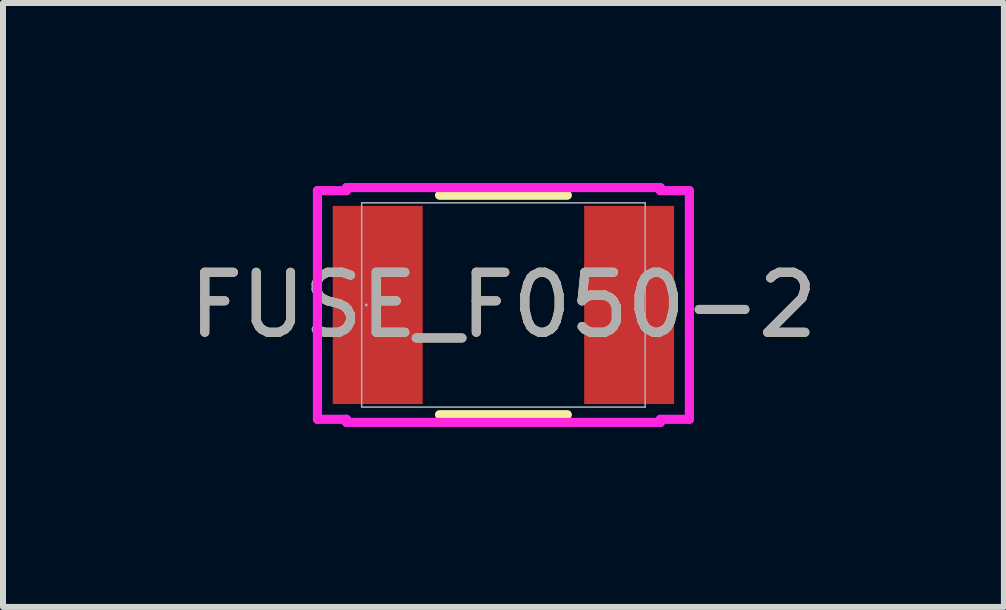
<source format=kicad_pcb>
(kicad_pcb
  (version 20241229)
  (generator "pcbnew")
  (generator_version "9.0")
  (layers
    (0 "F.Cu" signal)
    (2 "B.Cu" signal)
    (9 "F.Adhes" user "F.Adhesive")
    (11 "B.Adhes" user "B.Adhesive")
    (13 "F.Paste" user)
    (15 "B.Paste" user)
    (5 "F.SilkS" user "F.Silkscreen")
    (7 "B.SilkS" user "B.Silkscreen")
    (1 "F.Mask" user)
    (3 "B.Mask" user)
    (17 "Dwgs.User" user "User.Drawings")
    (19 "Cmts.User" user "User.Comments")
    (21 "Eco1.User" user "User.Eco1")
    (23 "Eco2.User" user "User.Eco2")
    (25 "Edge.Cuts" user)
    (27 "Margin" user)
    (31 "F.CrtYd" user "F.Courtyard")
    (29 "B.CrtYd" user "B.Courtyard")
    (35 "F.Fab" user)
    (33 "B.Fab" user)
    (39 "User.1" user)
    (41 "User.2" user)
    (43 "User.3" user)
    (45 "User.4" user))
  (footprint "FUSE_F050-2"
    (layer "F.Cu")
    (at 5.339 2.032)
    (property "Reference" "FUSE_F050-2" (at 0 0 0) (unlocked yes) (layer "F.SilkS") (effects (font (size 1 1) (thickness 0.15))))
    (attr smd)
    (fp_line (start -1.065 1.829) (end 1.065 1.829) (stroke (width 0.152) (type solid)) (layer "F.SilkS"))
    (fp_line (start 1.065 -1.829) (end -1.065 -1.829) (stroke (width 0.152) (type solid)) (layer "F.SilkS"))
    (fp_line (start -3.099 -1.905) (end -2.616 -1.905) (stroke (width 0.152) (type solid)) (layer "F.CrtYd"))
    (fp_line (start -3.099 1.905) (end -3.099 -1.905) (stroke (width 0.152) (type solid)) (layer "F.CrtYd"))
    (fp_line (start -2.616 -1.956) (end 2.616 -1.956) (stroke (width 0.152) (type solid)) (layer "F.CrtYd"))
    (fp_line (start -2.616 -1.905) (end -2.616 -1.956) (stroke (width 0.152) (type solid)) (layer "F.CrtYd"))
    (fp_line (start -2.616 1.905) (end -3.099 1.905) (stroke (width 0.152) (type solid)) (layer "F.CrtYd"))
    (fp_line (start -2.616 1.956) (end -2.616 1.905) (stroke (width 0.152) (type solid)) (layer "F.CrtYd"))
    (fp_line (start 2.616 -1.956) (end 2.616 -1.905) (stroke (width 0.152) (type solid)) (layer "F.CrtYd"))
    (fp_line (start 2.616 -1.905) (end 3.099 -1.905) (stroke (width 0.152) (type solid)) (layer "F.CrtYd"))
    (fp_line (start 2.616 1.905) (end 2.616 1.956) (stroke (width 0.152) (type solid)) (layer "F.CrtYd"))
    (fp_line (start 2.616 1.956) (end -2.616 1.956) (stroke (width 0.152) (type solid)) (layer "F.CrtYd"))
    (fp_line (start 3.099 -1.905) (end 3.099 1.905) (stroke (width 0.152) (type solid)) (layer "F.CrtYd"))
    (fp_line (start 3.099 1.905) (end 2.616 1.905) (stroke (width 0.152) (type solid)) (layer "F.CrtYd"))
    (fp_line (start -2.362 -1.702) (end -2.362 1.702) (stroke (width 0.025) (type solid)) (layer "F.Fab"))
    (fp_line (start -2.362 1.702) (end 2.362 1.702) (stroke (width 0.025) (type solid)) (layer "F.Fab"))
    (fp_line (start 2.362 -1.702) (end -2.362 -1.702) (stroke (width 0.025) (type solid)) (layer "F.Fab"))
    (fp_line (start 2.362 1.702) (end 2.362 -1.702) (stroke (width 0.025) (type solid)) (layer "F.Fab"))
    (fp_circle (center -2.286 0) (end -2.286 0) (stroke (width 0.025) (type solid)) (fill no) (layer "F.Fab"))
    (fp_text user "${REFERENCE}" (at 0 0 0) (unlocked yes) (layer "F.Fab") (effects (font (size 1 1) (thickness 0.15))))
    (pad "1" smd rect (at -2.095 0) (size 1.499 3.302) (layers "F.Cu" "F.Mask" "F.Paste"))
    (pad "2" smd rect (at 2.095 0) (size 1.499 3.302) (layers "F.Cu" "F.Mask" "F.Paste"))
    (zone (net_name "") (layer "F.Cu") (hatch full 0.508) (connect_pads) (min_thickness 0.254) (filled_areas_thickness no) (keepout (tracks not_allowed) (vias not_allowed) (pads allowed) (copperpour not_allowed) (footprints allowed)) (placement (enabled no)) (fill) (polygon (pts (xy 4.044 0.381) (xy 6.635 0.381) (xy 6.635 3.683) (xy 4.044 3.683)))))
  (gr_rect
    (start -3 -3)
    (end 13.679 7.064)
    (stroke (width 0.1) (type default))
    (fill no)
    (layer "Edge.Cuts")))
</source>
